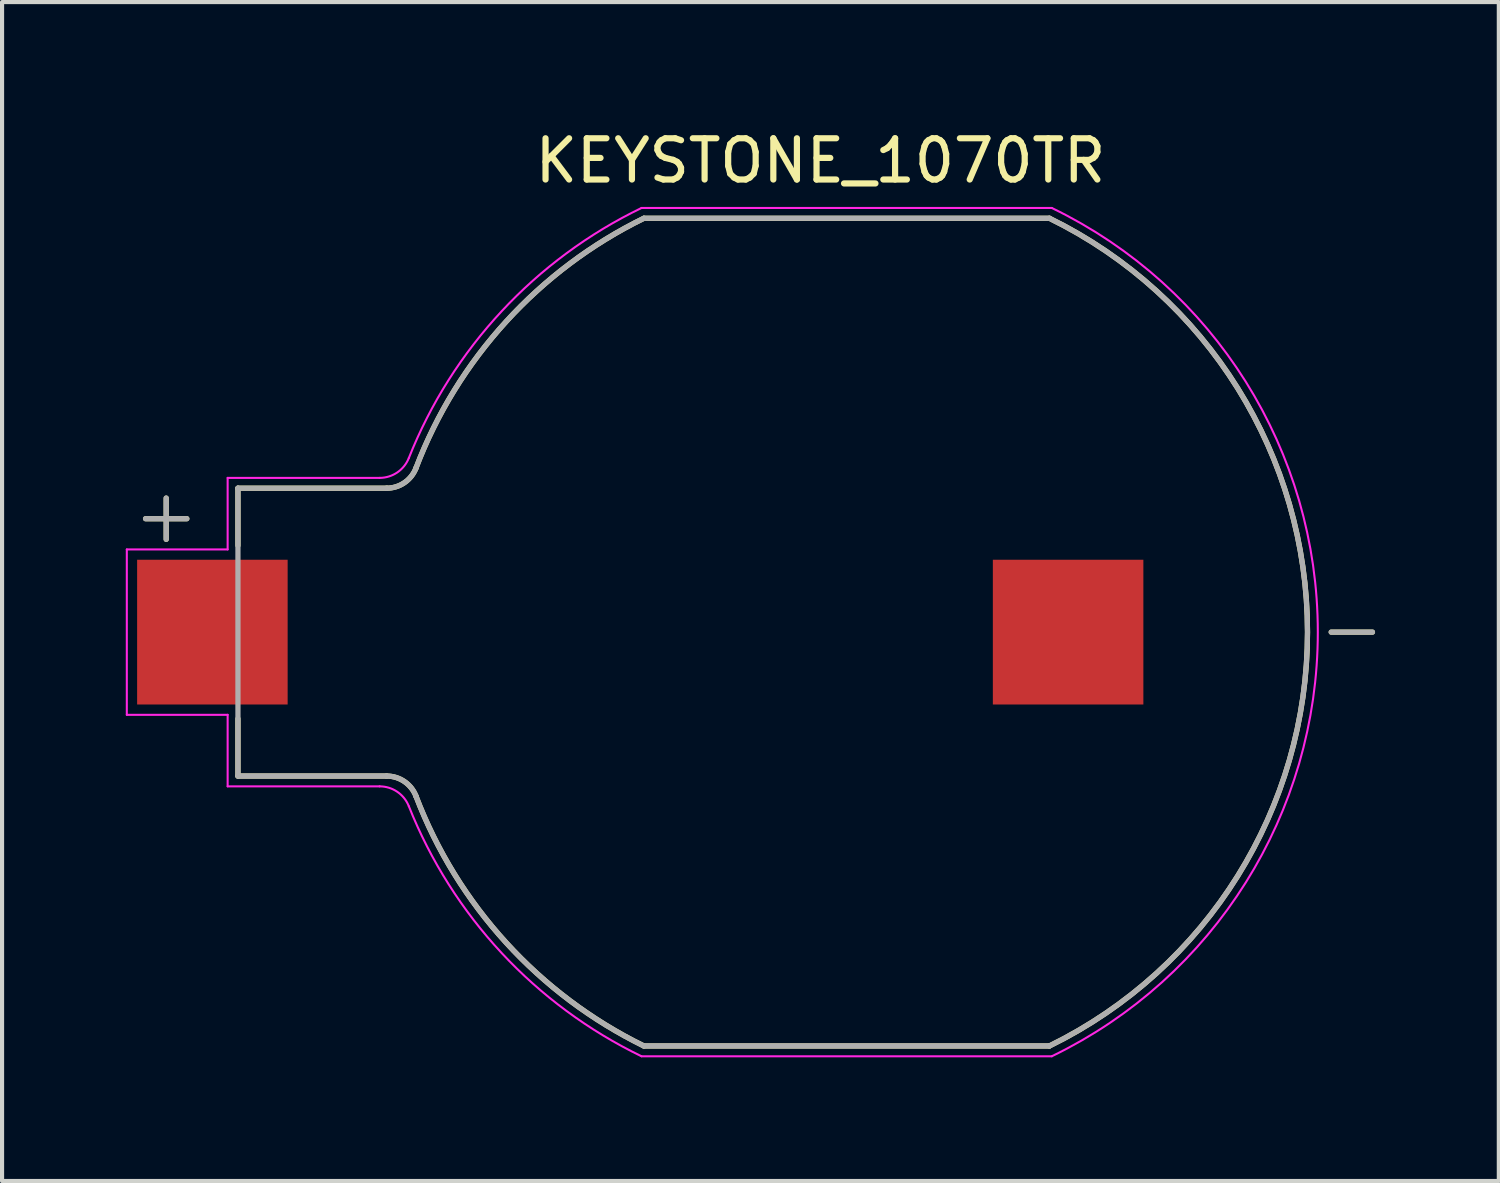
<source format=kicad_pcb>
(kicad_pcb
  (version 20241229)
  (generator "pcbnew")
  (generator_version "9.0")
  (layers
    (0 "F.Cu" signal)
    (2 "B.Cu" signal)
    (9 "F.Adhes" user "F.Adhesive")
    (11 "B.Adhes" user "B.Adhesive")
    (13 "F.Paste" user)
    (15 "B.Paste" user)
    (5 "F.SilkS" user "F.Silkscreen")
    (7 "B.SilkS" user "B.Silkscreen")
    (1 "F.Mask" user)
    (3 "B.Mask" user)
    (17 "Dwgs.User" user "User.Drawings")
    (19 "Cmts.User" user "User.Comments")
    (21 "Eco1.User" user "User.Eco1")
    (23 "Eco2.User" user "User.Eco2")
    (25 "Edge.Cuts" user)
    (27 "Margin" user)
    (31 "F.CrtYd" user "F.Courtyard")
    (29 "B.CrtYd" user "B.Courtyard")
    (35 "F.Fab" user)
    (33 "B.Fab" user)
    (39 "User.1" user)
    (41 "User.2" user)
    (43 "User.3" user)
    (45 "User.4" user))
  (footprint "KEYSTONE_1070TR"
    (layer "F.Cu")
    (at 17.48 12.278)
    (property "Reference" "KEYSTONE_1070TR" (at -0.635 -11.43 0) (layer "F.SilkS") (effects (font (size 1 1) (thickness 0.15))))
    (attr smd)
    (fp_line (start -17 -2.75) (end -16 -2.75) (stroke (width 0.127) (type solid)) (layer "F.SilkS"))
    (fp_line (start -16.5 -3.25) (end -16.5 -2.25) (stroke (width 0.127) (type solid)) (layer "F.SilkS"))
    (fp_line (start -14.76 -3.49) (end -14.76 -2.1) (stroke (width 0.127) (type solid)) (layer "F.SilkS"))
    (fp_line (start -14.76 -3.49) (end -11.154 -3.49) (stroke (width 0.127) (type solid)) (layer "F.SilkS"))
    (fp_line (start -14.76 2.1) (end -14.76 3.49) (stroke (width 0.127) (type solid)) (layer "F.SilkS"))
    (fp_line (start -14.76 3.49) (end -11.154 3.49) (stroke (width 0.127) (type solid)) (layer "F.SilkS"))
    (fp_line (start -4.917 -10.035) (end 4.917 -10.035) (stroke (width 0.127) (type solid)) (layer "F.SilkS"))
    (fp_line (start -4.917 10.035) (end 4.917 10.035) (stroke (width 0.127) (type solid)) (layer "F.SilkS"))
    (fp_line (start 11.75 0) (end 12.75 0) (stroke (width 0.127) (type solid)) (layer "F.SilkS"))
    (fp_arc (start -11.154 3.49) (mid -10.721681 3.624518) (end -10.442 3.98057) (stroke (width 0.127) (type solid)) (layer "F.SilkS"))
    (fp_arc (start -10.442 -3.98057) (mid -10.721681 -3.624518) (end -11.154 -3.49) (stroke (width 0.127) (type solid)) (layer "F.SilkS"))
    (fp_arc (start -10.442 -3.98057) (mid -8.25474 -7.53258) (end -4.91726 -10.035) (stroke (width 0.127) (type solid)) (layer "F.SilkS"))
    (fp_arc (start -4.91726 10.035) (mid -8.25474 7.53258) (end -10.442 3.98057) (stroke (width 0.127) (type solid)) (layer "F.SilkS"))
    (fp_arc (start 4.91726 -10.035) (mid 11.174985 0) (end 4.91726 10.035) (stroke (width 0.127) (type solid)) (layer "F.SilkS"))
    (fp_line (start -17.455 -2.005) (end -17.455 2.005) (stroke (width 0.05) (type solid)) (layer "F.CrtYd"))
    (fp_line (start -17.455 2.005) (end -15.01 2.005) (stroke (width 0.05) (type solid)) (layer "F.CrtYd"))
    (fp_line (start -15.01 -3.74) (end -15.01 -2.005) (stroke (width 0.05) (type solid)) (layer "F.CrtYd"))
    (fp_line (start -15.01 -3.74) (end -11.325 -3.74) (stroke (width 0.05) (type solid)) (layer "F.CrtYd"))
    (fp_line (start -15.01 -2.005) (end -17.455 -2.005) (stroke (width 0.05) (type solid)) (layer "F.CrtYd"))
    (fp_line (start -15.01 2.005) (end -15.01 3.74) (stroke (width 0.05) (type solid)) (layer "F.CrtYd"))
    (fp_line (start -15.01 3.74) (end -11.325 3.74) (stroke (width 0.05) (type solid)) (layer "F.CrtYd"))
    (fp_line (start -4.975 -10.285) (end 4.975 -10.285) (stroke (width 0.05) (type solid)) (layer "F.CrtYd"))
    (fp_line (start -4.975 10.285) (end 4.975 10.285) (stroke (width 0.05) (type solid)) (layer "F.CrtYd"))
    (fp_arc (start -11.325 3.74) (mid -10.897129 3.871469) (end -10.6169 4.22051) (stroke (width 0.05) (type solid)) (layer "F.CrtYd"))
    (fp_arc (start -10.6169 -4.22051) (mid -10.897129 -3.871469) (end -11.325 -3.74) (stroke (width 0.05) (type solid)) (layer "F.CrtYd"))
    (fp_arc (start -10.6169 -4.22051) (mid -8.364833 -7.782064) (end -4.97488 -10.285) (stroke (width 0.05) (type solid)) (layer "F.CrtYd"))
    (fp_arc (start -4.97488 10.285) (mid -8.364833 7.782064) (end -10.6169 4.22051) (stroke (width 0.05) (type solid)) (layer "F.CrtYd"))
    (fp_arc (start 4.97488 -10.285) (mid 11.425022 0) (end 4.974879 10.285) (stroke (width 0.05) (type solid)) (layer "F.CrtYd"))
    (fp_line (start -17 -2.75) (end -16 -2.75) (stroke (width 0.127) (type solid)) (layer "F.Fab"))
    (fp_line (start -16.5 -3.25) (end -16.5 -2.25) (stroke (width 0.127) (type solid)) (layer "F.Fab"))
    (fp_line (start -14.76 -3.49) (end -14.76 3.49) (stroke (width 0.127) (type solid)) (layer "F.Fab"))
    (fp_line (start -14.76 -3.49) (end -11.154 -3.49) (stroke (width 0.127) (type solid)) (layer "F.Fab"))
    (fp_line (start -14.76 3.49) (end -11.154 3.49) (stroke (width 0.127) (type solid)) (layer "F.Fab"))
    (fp_line (start -4.917 -10.035) (end 4.917 -10.035) (stroke (width 0.127) (type solid)) (layer "F.Fab"))
    (fp_line (start -4.917 10.035) (end 4.917 10.035) (stroke (width 0.127) (type solid)) (layer "F.Fab"))
    (fp_line (start 11.75 0) (end 12.75 0) (stroke (width 0.127) (type solid)) (layer "F.Fab"))
    (fp_arc (start -11.154 3.49) (mid -10.721681 3.624518) (end -10.442 3.98057) (stroke (width 0.127) (type solid)) (layer "F.Fab"))
    (fp_arc (start -10.442 -3.98057) (mid -10.721681 -3.624518) (end -11.154 -3.49) (stroke (width 0.127) (type solid)) (layer "F.Fab"))
    (fp_arc (start -10.442 -3.98057) (mid -8.25474 -7.53258) (end -4.91726 -10.035) (stroke (width 0.127) (type solid)) (layer "F.Fab"))
    (fp_arc (start -4.91726 10.035) (mid -8.25474 7.53258) (end -10.442 3.98057) (stroke (width 0.127) (type solid)) (layer "F.Fab"))
    (fp_arc (start 4.91726 -10.035) (mid 11.174985 0) (end 4.91726 10.035) (stroke (width 0.127) (type solid)) (layer "F.Fab"))
    (pad "N" smd rect (at 5.37 0) (size 3.65 3.51) (layers "F.Cu" "F.Mask" "F.Paste"))
    (pad "P" smd rect (at -15.38 0) (size 3.65 3.51) (layers "F.Cu" "F.Mask" "F.Paste")))
  (gr_rect
    (start -3 -3)
    (end 33.294 25.588)
    (stroke (width 0.1) (type default))
    (fill no)
    (layer "Edge.Cuts")))
</source>
